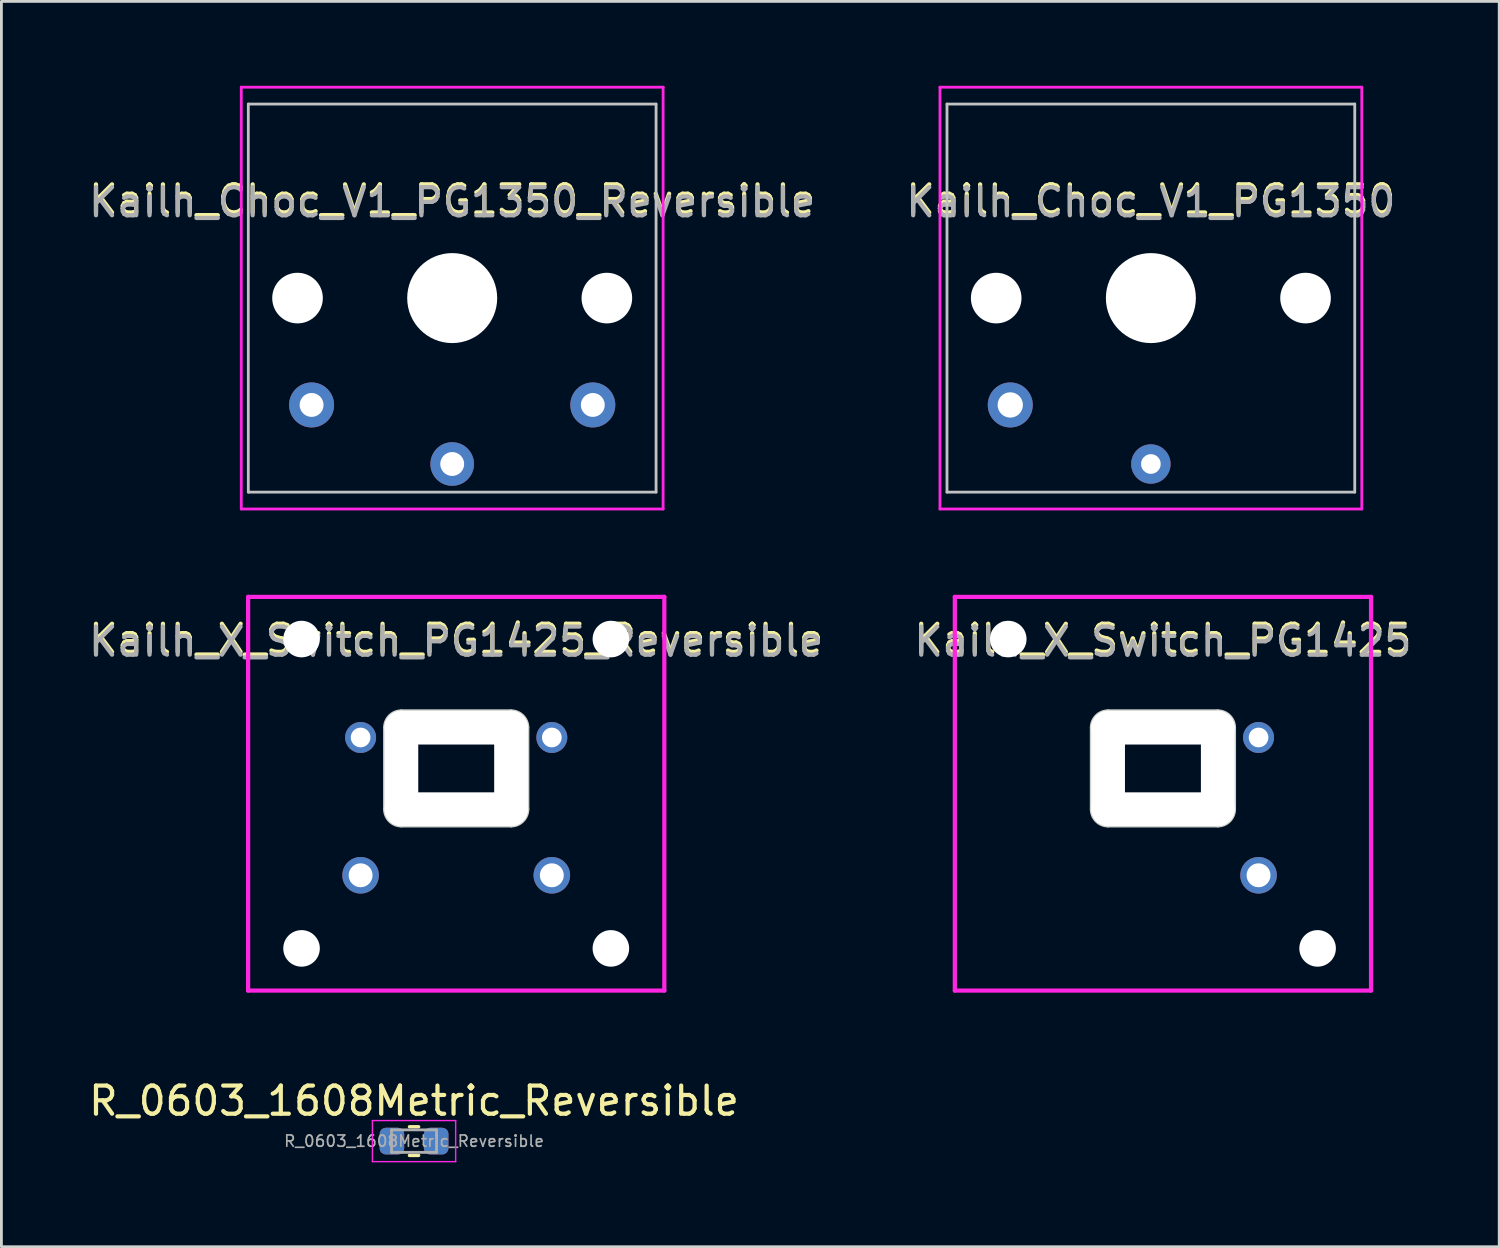
<source format=kicad_pcb>
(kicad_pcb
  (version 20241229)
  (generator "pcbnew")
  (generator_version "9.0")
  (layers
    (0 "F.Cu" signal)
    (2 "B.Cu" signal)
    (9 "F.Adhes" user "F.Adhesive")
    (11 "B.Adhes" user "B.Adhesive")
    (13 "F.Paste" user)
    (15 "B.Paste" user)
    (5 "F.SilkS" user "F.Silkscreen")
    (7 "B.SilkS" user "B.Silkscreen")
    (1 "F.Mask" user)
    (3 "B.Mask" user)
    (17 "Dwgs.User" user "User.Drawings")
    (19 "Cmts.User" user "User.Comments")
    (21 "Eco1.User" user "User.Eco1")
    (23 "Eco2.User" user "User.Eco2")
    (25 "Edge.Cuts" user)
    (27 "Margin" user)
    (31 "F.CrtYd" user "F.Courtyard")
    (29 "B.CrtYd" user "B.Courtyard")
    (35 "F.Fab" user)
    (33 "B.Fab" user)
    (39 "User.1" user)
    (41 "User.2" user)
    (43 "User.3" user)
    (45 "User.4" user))
  (footprint "Kailh_Choc_V1_PG1350_Reversible"
    (layer "F.Cu")
    (at 13.03 7.55)
    (property "Reference" "Kailh_Choc_V1_PG1350_Reversible" (at 0 -3.5 0) (layer "F.SilkS") (effects (font (size 1 1) (thickness 0.15))))
    (attr through_hole)
    (fp_line (start -7.25 -6.9) (end -7.25 6.9) (stroke (width 0.1) (type solid)) (layer "Dwgs.User"))
    (fp_line (start -7.25 6.9) (end 7.25 6.9) (stroke (width 0.1) (type solid)) (layer "Dwgs.User"))
    (fp_line (start 7.25 -6.9) (end -7.25 -6.9) (stroke (width 0.1) (type solid)) (layer "Dwgs.User"))
    (fp_line (start 7.25 6.9) (end 7.25 -6.9) (stroke (width 0.1) (type solid)) (layer "Dwgs.User"))
    (fp_line (start -7.5 -7.5) (end -7.5 7.5) (stroke (width 0.1) (type solid)) (layer "F.CrtYd"))
    (fp_line (start -7.5 7.5) (end 7.5 7.5) (stroke (width 0.1) (type solid)) (layer "F.CrtYd"))
    (fp_line (start 7.5 -7.5) (end -7.5 -7.5) (stroke (width 0.1) (type solid)) (layer "F.CrtYd"))
    (fp_line (start 7.5 7.5) (end 7.5 -7.5) (stroke (width 0.1) (type solid)) (layer "F.CrtYd"))
    (fp_text user "${REFERENCE}" (at 0 -3.4 0) (layer "F.Fab") (effects (font (size 1 1) (thickness 0.15))))
    (pad "" np_thru_hole circle (at -5.5 0) (size 1.8 1.8) (drill 1.8) (layers "*.Cu" "*.Mask"))
    (pad "" np_thru_hole circle (at 0 0) (size 3.2 3.2) (drill 3.2) (layers "*.Cu" "*.Mask"))
    (pad "" np_thru_hole circle (at 5.5 0) (size 1.8 1.8) (drill 1.8) (layers "*.Cu" "*.Mask"))
    (pad "1" thru_hole circle (at 0 5.9) (size 1.55 1.55) (drill 0.85) (layers "*.Cu" "*.Mask"))
    (pad "2" thru_hole circle (at -5 3.8) (size 1.6 1.6) (drill 0.85) (layers "*.Cu" "*.Mask"))
    (pad "2" thru_hole circle (at 5 3.8) (size 1.6 1.6) (drill 0.85) (layers "*.Cu" "*.Mask")))
  (footprint "Kailh_X_Switch_PG1425_Reversible"
    (layer "F.Cu")
    (at 13.173 25.175)
    (property "Reference" "Kailh_X_Switch_PG1425_Reversible" (at 0 -5.5 0) (layer "F.SilkS") (effects (font (size 1 1) (thickness 0.15))))
    (attr through_hole)
    (fp_line (start -2.55 -2.35) (end -2.55 0.55) (stroke (width 0.1) (type solid)) (layer "Edge.Cuts"))
    (fp_line (start -1.95 1.15) (end 1.95 1.15) (stroke (width 0.1) (type solid)) (layer "Edge.Cuts"))
    (fp_line (start 1.95 -2.95) (end -1.95 -2.95) (stroke (width 0.1) (type solid)) (layer "Edge.Cuts"))
    (fp_line (start 2.55 0.55) (end 2.55 -2.35) (stroke (width 0.1) (type solid)) (layer "Edge.Cuts"))
    (fp_arc (start -2.55 -2.35) (mid -2.374264 -2.774264) (end -1.95 -2.95) (stroke (width 0.1) (type solid)) (layer "Edge.Cuts"))
    (fp_arc (start -1.95 1.15) (mid -2.374264 0.974264) (end -2.55 0.55) (stroke (width 0.1) (type solid)) (layer "Edge.Cuts"))
    (fp_arc (start 1.95 -2.95) (mid 2.374264 -2.774264) (end 2.55 -2.35) (stroke (width 0.1) (type solid)) (layer "Edge.Cuts"))
    (fp_arc (start 2.55 0.55) (mid 2.374264 0.974264) (end 1.95 1.15) (stroke (width 0.1) (type solid)) (layer "Edge.Cuts"))
    (fp_line (start -7.4 -7) (end -7.4 7) (stroke (width 0.15) (type solid)) (layer "F.CrtYd"))
    (fp_line (start -7.4 7) (end 7.4 7) (stroke (width 0.15) (type solid)) (layer "F.CrtYd"))
    (fp_line (start 7.4 -7) (end -7.4 -7) (stroke (width 0.15) (type solid)) (layer "F.CrtYd"))
    (fp_line (start 7.4 7) (end 7.4 -7) (stroke (width 0.15) (type solid)) (layer "F.CrtYd"))
    (fp_text user "${REFERENCE}" (at 0 -5.4 0) (layer "F.Fab") (effects (font (size 1 1) (thickness 0.15))))
    (pad "" np_thru_hole circle (at -5.5 -5.5) (size 1.3 1.3) (drill 1.3) (layers "*.Cu" "*.Mask"))
    (pad "" np_thru_hole circle (at -5.5 5.5) (size 1.3 1.3) (drill 1.3) (layers "*.Cu" "*.Mask"))
    (pad "" np_thru_hole oval (at -1.95 -0.9) (size 1.2 4.1) (drill oval 1.2 4.1) (layers "*.Cu"))
    (pad "" np_thru_hole oval (at 0 -2.35) (size 5.1 1.2) (drill oval 5.1 1.2) (layers "*.Cu"))
    (pad "" np_thru_hole oval (at 0 0.55) (size 5.1 1.2) (drill oval 5.1 1.2) (layers "*.Cu"))
    (pad "" np_thru_hole oval (at 1.95 -0.9) (size 1.2 4.1) (drill oval 1.2 4.1) (layers "*.Cu"))
    (pad "" np_thru_hole circle (at 5.5 -5.5) (size 1.3 1.3) (drill 1.3) (layers "*.Cu" "*.Mask"))
    (pad "" np_thru_hole circle (at 5.5 5.5) (size 1.3 1.3) (drill 1.3) (layers "*.Cu" "*.Mask"))
    (pad "1" thru_hole circle (at -3.4 2.9) (size 1.3 1.3) (drill 0.85) (layers "*.Cu" "*.Mask"))
    (pad "1" thru_hole circle (at 3.4 2.9) (size 1.3 1.3) (drill 0.85) (layers "*.Cu" "*.Mask"))
    (pad "2" thru_hole circle (at -3.4 -2) (size 1.1 1.1) (drill 0.7) (layers "*.Cu" "*.Mask"))
    (pad "2" thru_hole circle (at 3.4 -2) (size 1.1 1.1) (drill 0.7) (layers "*.Cu" "*.Mask")))
  (footprint "Kailh_X_Switch_PG1425"
    (layer "F.Cu")
    (at 38.304 25.175)
    (property "Reference" "Kailh_X_Switch_PG1425" (at 0 -5.5 0) (layer "F.SilkS") (effects (font (size 1 1) (thickness 0.15))))
    (attr through_hole)
    (fp_line (start -2.55 -2.35) (end -2.55 0.55) (stroke (width 0.1) (type solid)) (layer "Edge.Cuts"))
    (fp_line (start -1.95 1.15) (end 1.95 1.15) (stroke (width 0.1) (type solid)) (layer "Edge.Cuts"))
    (fp_line (start 1.95 -2.95) (end -1.95 -2.95) (stroke (width 0.1) (type solid)) (layer "Edge.Cuts"))
    (fp_line (start 2.55 0.55) (end 2.55 -2.35) (stroke (width 0.1) (type solid)) (layer "Edge.Cuts"))
    (fp_arc (start -2.55 -2.35) (mid -2.374264 -2.774264) (end -1.95 -2.95) (stroke (width 0.1) (type solid)) (layer "Edge.Cuts"))
    (fp_arc (start -1.95 1.15) (mid -2.374264 0.974264) (end -2.55 0.55) (stroke (width 0.1) (type solid)) (layer "Edge.Cuts"))
    (fp_arc (start 1.95 -2.95) (mid 2.374264 -2.774264) (end 2.55 -2.35) (stroke (width 0.1) (type solid)) (layer "Edge.Cuts"))
    (fp_arc (start 2.55 0.55) (mid 2.374264 0.974264) (end 1.95 1.15) (stroke (width 0.1) (type solid)) (layer "Edge.Cuts"))
    (fp_line (start -7.4 -7) (end -7.4 7) (stroke (width 0.15) (type solid)) (layer "F.CrtYd"))
    (fp_line (start -7.4 7) (end 7.4 7) (stroke (width 0.15) (type solid)) (layer "F.CrtYd"))
    (fp_line (start 7.4 -7) (end -7.4 -7) (stroke (width 0.15) (type solid)) (layer "F.CrtYd"))
    (fp_line (start 7.4 7) (end 7.4 -7) (stroke (width 0.15) (type solid)) (layer "F.CrtYd"))
    (fp_text user "${REFERENCE}" (at 0 -5.4 0) (layer "F.Fab") (effects (font (size 1 1) (thickness 0.15))))
    (pad "" np_thru_hole circle (at -5.5 -5.5) (size 1.3 1.3) (drill 1.3) (layers "*.Cu" "*.Mask"))
    (pad "" np_thru_hole oval (at -1.95 -0.9) (size 1.2 4.1) (drill oval 1.2 4.1) (layers "*.Cu"))
    (pad "" np_thru_hole oval (at 0 -2.35) (size 5.1 1.2) (drill oval 5.1 1.2) (layers "*.Cu"))
    (pad "" np_thru_hole oval (at 0 0.55) (size 5.1 1.2) (drill oval 5.1 1.2) (layers "*.Cu"))
    (pad "" np_thru_hole oval (at 1.95 -0.9) (size 1.2 4.1) (drill oval 1.2 4.1) (layers "*.Cu"))
    (pad "" np_thru_hole circle (at 5.5 5.5) (size 1.3 1.3) (drill 1.3) (layers "*.Cu" "*.Mask"))
    (pad "1" thru_hole circle (at 3.4 2.9) (size 1.3 1.3) (drill 0.85) (layers "*.Cu" "*.Mask"))
    (pad "2" thru_hole circle (at 3.4 -2) (size 1.1 1.1) (drill 0.7) (layers "*.Cu" "*.Mask")))
  (footprint "R_0603_1608Metric_Reversible"
    (layer "F.Cu")
    (at 11.673 37.528)
    (property "Reference" "R_0603_1608Metric_Reversible" (at 0 -1.43 0) (layer "F.SilkS") (effects (font (size 1 1) (thickness 0.15))))
    (attr smd)
    (fp_line (start -0.163 -0.51) (end 0.163 -0.51) (stroke (width 0.12) (type solid)) (layer "F.SilkS"))
    (fp_line (start -0.163 0.51) (end 0.163 0.51) (stroke (width 0.12) (type solid)) (layer "F.SilkS"))
    (fp_line (start -1.48 -0.73) (end 1.48 -0.73) (stroke (width 0.05) (type solid)) (layer "F.CrtYd"))
    (fp_line (start -1.48 0.73) (end -1.48 -0.73) (stroke (width 0.05) (type solid)) (layer "F.CrtYd"))
    (fp_line (start 1.48 -0.73) (end 1.48 0.73) (stroke (width 0.05) (type solid)) (layer "F.CrtYd"))
    (fp_line (start 1.48 0.73) (end -1.48 0.73) (stroke (width 0.05) (type solid)) (layer "F.CrtYd"))
    (fp_line (start -0.8 -0.4) (end 0.8 -0.4) (stroke (width 0.1) (type solid)) (layer "F.Fab"))
    (fp_line (start -0.8 0.4) (end -0.8 -0.4) (stroke (width 0.1) (type solid)) (layer "F.Fab"))
    (fp_line (start 0.8 -0.4) (end 0.8 0.4) (stroke (width 0.1) (type solid)) (layer "F.Fab"))
    (fp_line (start 0.8 0.4) (end -0.8 0.4) (stroke (width 0.1) (type solid)) (layer "F.Fab"))
    (fp_text user "${REFERENCE}" (at 0 0 0) (layer "F.Fab") (effects (font (size 0.4 0.4) (thickness 0.06))))
    (pad "1" smd roundrect (at -0.787 0) (size 0.875 0.95) (layers "F.Cu" "F.Mask" "F.Paste") (roundrect_rratio 0.25))
    (pad "1" smd roundrect (at -0.787 0) (size 0.875 0.95) (layers "B.Cu" "B.Mask" "B.Paste") (roundrect_rratio 0.25))
    (pad "2" smd roundrect (at 0.787 0) (size 0.875 0.95) (layers "F.Cu" "F.Mask" "F.Paste") (roundrect_rratio 0.25))
    (pad "2" smd roundrect (at 0.787 0) (size 0.875 0.95) (layers "B.Cu" "B.Mask" "B.Paste") (roundrect_rratio 0.25)))
  (footprint "Kailh_Choc_V1_PG1350"
    (layer "F.Cu")
    (at 37.875 7.55)
    (property "Reference" "Kailh_Choc_V1_PG1350" (at 0 -3.5 0) (layer "F.SilkS") (effects (font (size 1 1) (thickness 0.15))))
    (attr through_hole)
    (fp_line (start -7.25 -6.9) (end -7.25 6.9) (stroke (width 0.1) (type solid)) (layer "Dwgs.User"))
    (fp_line (start -7.25 6.9) (end 7.25 6.9) (stroke (width 0.1) (type solid)) (layer "Dwgs.User"))
    (fp_line (start 7.25 -6.9) (end -7.25 -6.9) (stroke (width 0.1) (type solid)) (layer "Dwgs.User"))
    (fp_line (start 7.25 6.9) (end 7.25 -6.9) (stroke (width 0.1) (type solid)) (layer "Dwgs.User"))
    (fp_line (start -7.5 -7.5) (end -7.5 7.5) (stroke (width 0.1) (type solid)) (layer "F.CrtYd"))
    (fp_line (start -7.5 7.5) (end 7.5 7.5) (stroke (width 0.1) (type solid)) (layer "F.CrtYd"))
    (fp_line (start 7.5 -7.5) (end -7.5 -7.5) (stroke (width 0.1) (type solid)) (layer "F.CrtYd"))
    (fp_line (start 7.5 7.5) (end 7.5 -7.5) (stroke (width 0.1) (type solid)) (layer "F.CrtYd"))
    (fp_text user "${REFERENCE}" (at 0 -3.4 0) (layer "F.Fab") (effects (font (size 1 1) (thickness 0.15))))
    (pad "" np_thru_hole circle (at -5.5 0) (size 1.8 1.8) (drill 1.8) (layers "*.Cu" "*.Mask"))
    (pad "" np_thru_hole circle (at 0 0) (size 3.2 3.2) (drill 3.2) (layers "*.Cu" "*.Mask"))
    (pad "" np_thru_hole circle (at 5.5 0) (size 1.8 1.8) (drill 1.8) (layers "*.Cu" "*.Mask"))
    (pad "1" thru_hole circle (at 0 5.9) (size 1.4 1.4) (drill 0.7) (layers "*.Cu" "*.Mask"))
    (pad "2" thru_hole circle (at -5 3.8) (size 1.6 1.6) (drill 0.9) (layers "*.Cu" "*.Mask")))
  (gr_rect
    (start -3 -3)
    (end 50.262 41.283)
    (stroke (width 0.1) (type default))
    (fill no)
    (layer "Edge.Cuts")))
</source>
